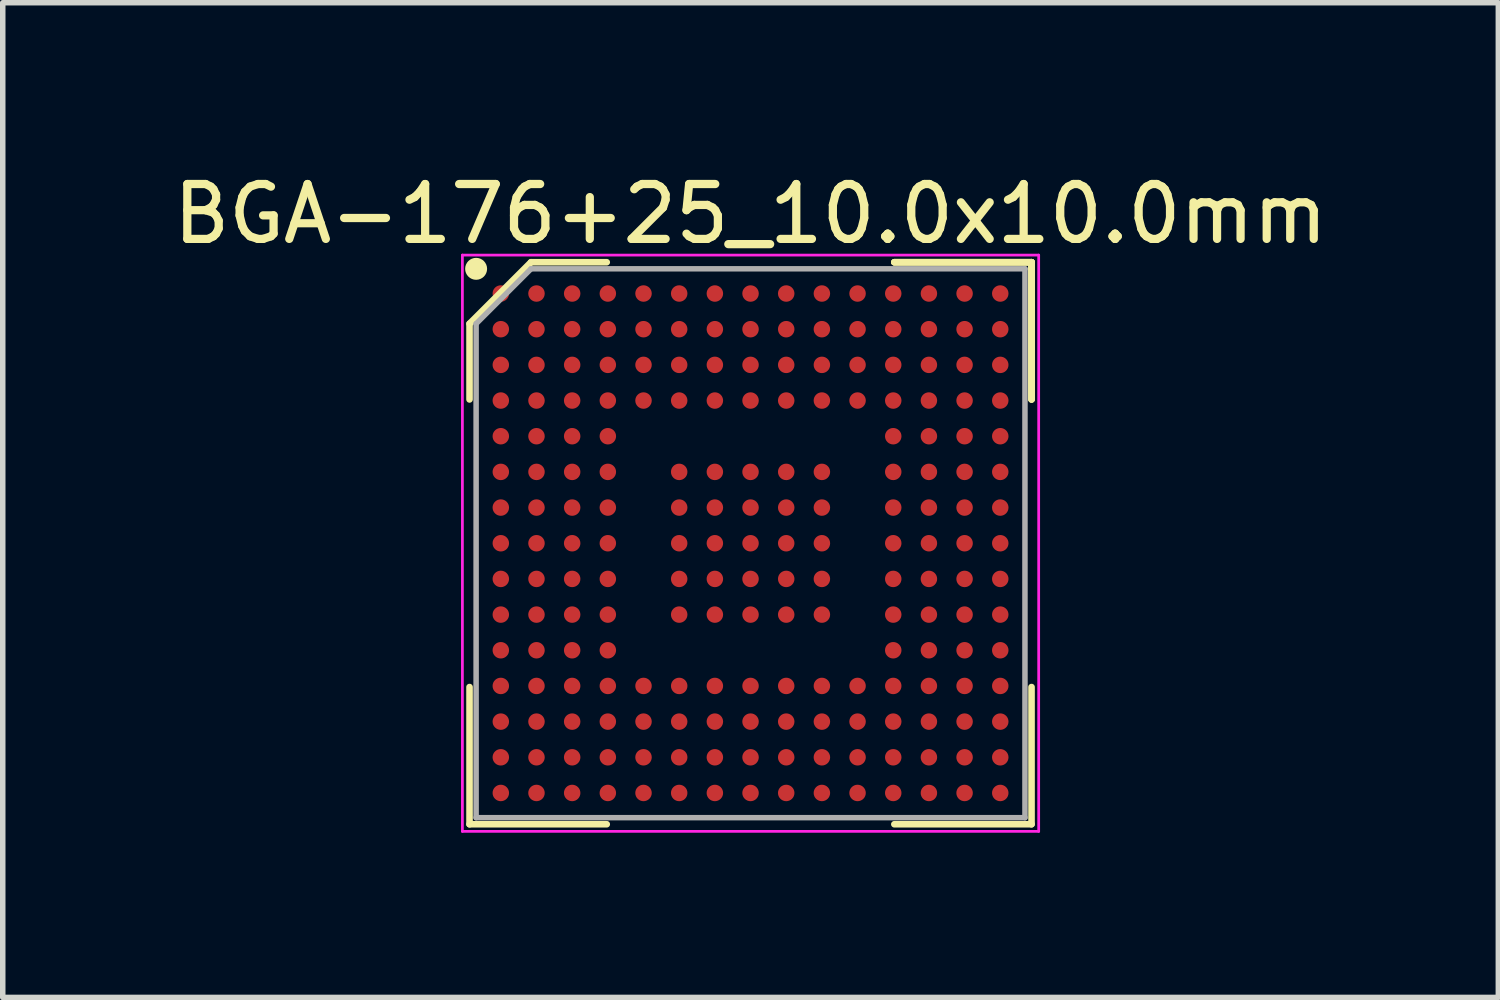
<source format=kicad_pcb>
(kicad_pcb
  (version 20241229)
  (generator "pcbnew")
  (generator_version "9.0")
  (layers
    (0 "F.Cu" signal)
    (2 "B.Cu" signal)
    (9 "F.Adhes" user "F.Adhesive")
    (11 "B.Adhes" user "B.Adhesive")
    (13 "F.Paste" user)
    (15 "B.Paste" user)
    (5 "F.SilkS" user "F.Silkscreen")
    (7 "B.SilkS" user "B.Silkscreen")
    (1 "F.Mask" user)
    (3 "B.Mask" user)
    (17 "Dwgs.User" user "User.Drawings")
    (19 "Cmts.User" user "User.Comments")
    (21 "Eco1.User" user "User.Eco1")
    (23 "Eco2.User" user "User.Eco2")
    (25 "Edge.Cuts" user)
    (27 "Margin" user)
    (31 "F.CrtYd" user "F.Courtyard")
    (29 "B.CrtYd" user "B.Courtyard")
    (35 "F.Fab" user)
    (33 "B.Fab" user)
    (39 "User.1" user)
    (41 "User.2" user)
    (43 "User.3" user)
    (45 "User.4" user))
  (footprint "BGA-176+25_10.0x10.0mm"
    (layer "F.Cu")
    (at 10.625 6.848)
    (property "Reference" "BGA-176+25_10.0x10.0mm" (at 0 -6 0) (layer "F.SilkS") (effects (font (size 1 1) (thickness 0.15))))
    (attr through_hole)
    (fp_line (start -5.12 -4) (end -5.12 -2.62) (stroke (width 0.12) (type solid)) (layer "F.SilkS"))
    (fp_line (start -5.12 5.12) (end -5.12 2.62) (stroke (width 0.12) (type solid)) (layer "F.SilkS"))
    (fp_line (start -4 -5.12) (end -5.12 -4) (stroke (width 0.12) (type solid)) (layer "F.SilkS"))
    (fp_line (start -2.62 -5.12) (end -4 -5.12) (stroke (width 0.12) (type solid)) (layer "F.SilkS"))
    (fp_line (start -2.62 5.12) (end -5.12 5.12) (stroke (width 0.12) (type solid)) (layer "F.SilkS"))
    (fp_line (start 2.62 -5.12) (end 5.12 -5.12) (stroke (width 0.12) (type solid)) (layer "F.SilkS"))
    (fp_line (start 2.62 -5.12) (end 5.12 -5.12) (stroke (width 0.12) (type solid)) (layer "F.SilkS"))
    (fp_line (start 2.62 -5.12) (end 5.12 -5.12) (stroke (width 0.12) (type solid)) (layer "F.SilkS"))
    (fp_line (start 2.62 5.12) (end 5.12 5.12) (stroke (width 0.12) (type solid)) (layer "F.SilkS"))
    (fp_line (start 5.12 -5.12) (end 5.12 -2.62) (stroke (width 0.12) (type solid)) (layer "F.SilkS"))
    (fp_line (start 5.12 -5.12) (end 5.12 -2.62) (stroke (width 0.12) (type solid)) (layer "F.SilkS"))
    (fp_line (start 5.12 -5.12) (end 5.12 -2.62) (stroke (width 0.12) (type solid)) (layer "F.SilkS"))
    (fp_line (start 5.12 5.12) (end 5.12 2.62) (stroke (width 0.12) (type solid)) (layer "F.SilkS"))
    (fp_circle (center -5 -5) (end -5 -4.9) (stroke (width 0.2) (type solid)) (fill no) (layer "F.SilkS"))
    (fp_line (start -5.25 -5.25) (end 5.25 -5.25) (stroke (width 0.05) (type solid)) (layer "F.CrtYd"))
    (fp_line (start -5.25 5.25) (end -5.25 -5.25) (stroke (width 0.05) (type solid)) (layer "F.CrtYd"))
    (fp_line (start 5.25 -5.25) (end 5.25 5.25) (stroke (width 0.05) (type solid)) (layer "F.CrtYd"))
    (fp_line (start 5.25 5.25) (end -5.25 5.25) (stroke (width 0.05) (type solid)) (layer "F.CrtYd"))
    (fp_line (start -5 -4) (end -5 5) (stroke (width 0.1) (type solid)) (layer "F.Fab"))
    (fp_line (start -5 5) (end 5 5) (stroke (width 0.1) (type solid)) (layer "F.Fab"))
    (fp_line (start -4 -5) (end -5 -4) (stroke (width 0.1) (type solid)) (layer "F.Fab"))
    (fp_line (start 5 -5) (end -4 -5) (stroke (width 0.1) (type solid)) (layer "F.Fab"))
    (fp_line (start 5 5) (end 5 -5) (stroke (width 0.1) (type solid)) (layer "F.Fab"))
    (pad "A1" smd circle (at -4.55 -4.55) (size 0.3 0.3) (layers "F.Cu" "F.Mask" "F.Paste"))
    (pad "A2" smd circle (at -3.9 -4.55) (size 0.3 0.3) (layers "F.Cu" "F.Mask" "F.Paste"))
    (pad "A3" smd circle (at -3.25 -4.55) (size 0.3 0.3) (layers "F.Cu" "F.Mask" "F.Paste"))
    (pad "A4" smd circle (at -2.6 -4.55) (size 0.3 0.3) (layers "F.Cu" "F.Mask" "F.Paste"))
    (pad "A5" smd circle (at -1.95 -4.55) (size 0.3 0.3) (layers "F.Cu" "F.Mask" "F.Paste"))
    (pad "A6" smd circle (at -1.3 -4.55) (size 0.3 0.3) (layers "F.Cu" "F.Mask" "F.Paste"))
    (pad "A7" smd circle (at -0.65 -4.55) (size 0.3 0.3) (layers "F.Cu" "F.Mask" "F.Paste"))
    (pad "A8" smd circle (at 0 -4.55) (size 0.3 0.3) (layers "F.Cu" "F.Mask" "F.Paste"))
    (pad "A9" smd circle (at 0.65 -4.55) (size 0.3 0.3) (layers "F.Cu" "F.Mask" "F.Paste"))
    (pad "A10" smd circle (at 1.3 -4.55) (size 0.3 0.3) (layers "F.Cu" "F.Mask" "F.Paste"))
    (pad "A11" smd circle (at 1.95 -4.55) (size 0.3 0.3) (layers "F.Cu" "F.Mask" "F.Paste"))
    (pad "A12" smd circle (at 2.6 -4.55) (size 0.3 0.3) (layers "F.Cu" "F.Mask" "F.Paste"))
    (pad "A13" smd circle (at 3.25 -4.55) (size 0.3 0.3) (layers "F.Cu" "F.Mask" "F.Paste"))
    (pad "A14" smd circle (at 3.9 -4.55) (size 0.3 0.3) (layers "F.Cu" "F.Mask" "F.Paste"))
    (pad "A15" smd circle (at 4.55 -4.55) (size 0.3 0.3) (layers "F.Cu" "F.Mask" "F.Paste"))
    (pad "B1" smd circle (at -4.55 -3.9) (size 0.3 0.3) (layers "F.Cu" "F.Mask" "F.Paste"))
    (pad "B2" smd circle (at -3.9 -3.9) (size 0.3 0.3) (layers "F.Cu" "F.Mask" "F.Paste"))
    (pad "B3" smd circle (at -3.25 -3.9) (size 0.3 0.3) (layers "F.Cu" "F.Mask" "F.Paste"))
    (pad "B4" smd circle (at -2.6 -3.9) (size 0.3 0.3) (layers "F.Cu" "F.Mask" "F.Paste"))
    (pad "B5" smd circle (at -1.95 -3.9) (size 0.3 0.3) (layers "F.Cu" "F.Mask" "F.Paste"))
    (pad "B6" smd circle (at -1.3 -3.9) (size 0.3 0.3) (layers "F.Cu" "F.Mask" "F.Paste"))
    (pad "B7" smd circle (at -0.65 -3.9) (size 0.3 0.3) (layers "F.Cu" "F.Mask" "F.Paste"))
    (pad "B8" smd circle (at 0 -3.9) (size 0.3 0.3) (layers "F.Cu" "F.Mask" "F.Paste"))
    (pad "B9" smd circle (at 0.65 -3.9) (size 0.3 0.3) (layers "F.Cu" "F.Mask" "F.Paste"))
    (pad "B10" smd circle (at 1.3 -3.9) (size 0.3 0.3) (layers "F.Cu" "F.Mask" "F.Paste"))
    (pad "B11" smd circle (at 1.95 -3.9) (size 0.3 0.3) (layers "F.Cu" "F.Mask" "F.Paste"))
    (pad "B12" smd circle (at 2.6 -3.9) (size 0.3 0.3) (layers "F.Cu" "F.Mask" "F.Paste"))
    (pad "B13" smd circle (at 3.25 -3.9) (size 0.3 0.3) (layers "F.Cu" "F.Mask" "F.Paste"))
    (pad "B14" smd circle (at 3.9 -3.9) (size 0.3 0.3) (layers "F.Cu" "F.Mask" "F.Paste"))
    (pad "B15" smd circle (at 4.55 -3.9) (size 0.3 0.3) (layers "F.Cu" "F.Mask" "F.Paste"))
    (pad "C1" smd circle (at -4.55 -3.25) (size 0.3 0.3) (layers "F.Cu" "F.Mask" "F.Paste"))
    (pad "C2" smd circle (at -3.9 -3.25) (size 0.3 0.3) (layers "F.Cu" "F.Mask" "F.Paste"))
    (pad "C3" smd circle (at -3.25 -3.25) (size 0.3 0.3) (layers "F.Cu" "F.Mask" "F.Paste"))
    (pad "C4" smd circle (at -2.6 -3.25) (size 0.3 0.3) (layers "F.Cu" "F.Mask" "F.Paste"))
    (pad "C5" smd circle (at -1.95 -3.25) (size 0.3 0.3) (layers "F.Cu" "F.Mask" "F.Paste"))
    (pad "C6" smd circle (at -1.3 -3.25) (size 0.3 0.3) (layers "F.Cu" "F.Mask" "F.Paste"))
    (pad "C7" smd circle (at -0.65 -3.25) (size 0.3 0.3) (layers "F.Cu" "F.Mask" "F.Paste"))
    (pad "C8" smd circle (at 0 -3.25) (size 0.3 0.3) (layers "F.Cu" "F.Mask" "F.Paste"))
    (pad "C9" smd circle (at 0.65 -3.25) (size 0.3 0.3) (layers "F.Cu" "F.Mask" "F.Paste"))
    (pad "C10" smd circle (at 1.3 -3.25) (size 0.3 0.3) (layers "F.Cu" "F.Mask" "F.Paste"))
    (pad "C11" smd circle (at 1.95 -3.25) (size 0.3 0.3) (layers "F.Cu" "F.Mask" "F.Paste"))
    (pad "C12" smd circle (at 2.6 -3.25) (size 0.3 0.3) (layers "F.Cu" "F.Mask" "F.Paste"))
    (pad "C13" smd circle (at 3.25 -3.25) (size 0.3 0.3) (layers "F.Cu" "F.Mask" "F.Paste"))
    (pad "C14" smd circle (at 3.9 -3.25) (size 0.3 0.3) (layers "F.Cu" "F.Mask" "F.Paste"))
    (pad "C15" smd circle (at 4.55 -3.25) (size 0.3 0.3) (layers "F.Cu" "F.Mask" "F.Paste"))
    (pad "D1" smd circle (at -4.55 -2.6) (size 0.3 0.3) (layers "F.Cu" "F.Mask" "F.Paste"))
    (pad "D2" smd circle (at -3.9 -2.6) (size 0.3 0.3) (layers "F.Cu" "F.Mask" "F.Paste"))
    (pad "D3" smd circle (at -3.25 -2.6) (size 0.3 0.3) (layers "F.Cu" "F.Mask" "F.Paste"))
    (pad "D4" smd circle (at -2.6 -2.6) (size 0.3 0.3) (layers "F.Cu" "F.Mask" "F.Paste"))
    (pad "D5" smd circle (at -1.95 -2.6) (size 0.3 0.3) (layers "F.Cu" "F.Mask" "F.Paste"))
    (pad "D6" smd circle (at -1.3 -2.6) (size 0.3 0.3) (layers "F.Cu" "F.Mask" "F.Paste"))
    (pad "D7" smd circle (at -0.65 -2.6) (size 0.3 0.3) (layers "F.Cu" "F.Mask" "F.Paste"))
    (pad "D8" smd circle (at 0 -2.6) (size 0.3 0.3) (layers "F.Cu" "F.Mask" "F.Paste"))
    (pad "D9" smd circle (at 0.65 -2.6) (size 0.3 0.3) (layers "F.Cu" "F.Mask" "F.Paste"))
    (pad "D10" smd circle (at 1.3 -2.6) (size 0.3 0.3) (layers "F.Cu" "F.Mask" "F.Paste"))
    (pad "D11" smd circle (at 1.95 -2.6) (size 0.3 0.3) (layers "F.Cu" "F.Mask" "F.Paste"))
    (pad "D12" smd circle (at 2.6 -2.6) (size 0.3 0.3) (layers "F.Cu" "F.Mask" "F.Paste"))
    (pad "D13" smd circle (at 3.25 -2.6) (size 0.3 0.3) (layers "F.Cu" "F.Mask" "F.Paste"))
    (pad "D14" smd circle (at 3.9 -2.6) (size 0.3 0.3) (layers "F.Cu" "F.Mask" "F.Paste"))
    (pad "D15" smd circle (at 4.55 -2.6) (size 0.3 0.3) (layers "F.Cu" "F.Mask" "F.Paste"))
    (pad "E1" smd circle (at -4.55 -1.95) (size 0.3 0.3) (layers "F.Cu" "F.Mask" "F.Paste"))
    (pad "E2" smd circle (at -3.9 -1.95) (size 0.3 0.3) (layers "F.Cu" "F.Mask" "F.Paste"))
    (pad "E3" smd circle (at -3.25 -1.95) (size 0.3 0.3) (layers "F.Cu" "F.Mask" "F.Paste"))
    (pad "E4" smd circle (at -2.6 -1.95) (size 0.3 0.3) (layers "F.Cu" "F.Mask" "F.Paste"))
    (pad "E12" smd circle (at 2.6 -1.95) (size 0.3 0.3) (layers "F.Cu" "F.Mask" "F.Paste"))
    (pad "E13" smd circle (at 3.25 -1.95) (size 0.3 0.3) (layers "F.Cu" "F.Mask" "F.Paste"))
    (pad "E14" smd circle (at 3.9 -1.95) (size 0.3 0.3) (layers "F.Cu" "F.Mask" "F.Paste"))
    (pad "E15" smd circle (at 4.55 -1.95) (size 0.3 0.3) (layers "F.Cu" "F.Mask" "F.Paste"))
    (pad "F1" smd circle (at -4.55 -1.3) (size 0.3 0.3) (layers "F.Cu" "F.Mask" "F.Paste"))
    (pad "F2" smd circle (at -3.9 -1.3) (size 0.3 0.3) (layers "F.Cu" "F.Mask" "F.Paste"))
    (pad "F3" smd circle (at -3.25 -1.3) (size 0.3 0.3) (layers "F.Cu" "F.Mask" "F.Paste"))
    (pad "F4" smd circle (at -2.6 -1.3) (size 0.3 0.3) (layers "F.Cu" "F.Mask" "F.Paste"))
    (pad "F6" smd circle (at -1.3 -1.3) (size 0.3 0.3) (layers "F.Cu" "F.Mask" "F.Paste"))
    (pad "F7" smd circle (at -0.65 -1.3) (size 0.3 0.3) (layers "F.Cu" "F.Mask" "F.Paste"))
    (pad "F8" smd circle (at 0 -1.3) (size 0.3 0.3) (layers "F.Cu" "F.Mask" "F.Paste"))
    (pad "F9" smd circle (at 0.65 -1.3) (size 0.3 0.3) (layers "F.Cu" "F.Mask" "F.Paste"))
    (pad "F10" smd circle (at 1.3 -1.3) (size 0.3 0.3) (layers "F.Cu" "F.Mask" "F.Paste"))
    (pad "F12" smd circle (at 2.6 -1.3) (size 0.3 0.3) (layers "F.Cu" "F.Mask" "F.Paste"))
    (pad "F13" smd circle (at 3.25 -1.3) (size 0.3 0.3) (layers "F.Cu" "F.Mask" "F.Paste"))
    (pad "F14" smd circle (at 3.9 -1.3) (size 0.3 0.3) (layers "F.Cu" "F.Mask" "F.Paste"))
    (pad "F15" smd circle (at 4.55 -1.3) (size 0.3 0.3) (layers "F.Cu" "F.Mask" "F.Paste"))
    (pad "G1" smd circle (at -4.55 -0.65) (size 0.3 0.3) (layers "F.Cu" "F.Mask" "F.Paste"))
    (pad "G2" smd circle (at -3.9 -0.65) (size 0.3 0.3) (layers "F.Cu" "F.Mask" "F.Paste"))
    (pad "G3" smd circle (at -3.25 -0.65) (size 0.3 0.3) (layers "F.Cu" "F.Mask" "F.Paste"))
    (pad "G4" smd circle (at -2.6 -0.65) (size 0.3 0.3) (layers "F.Cu" "F.Mask" "F.Paste"))
    (pad "G6" smd circle (at -1.3 -0.65) (size 0.3 0.3) (layers "F.Cu" "F.Mask" "F.Paste"))
    (pad "G7" smd circle (at -0.65 -0.65) (size 0.3 0.3) (layers "F.Cu" "F.Mask" "F.Paste"))
    (pad "G8" smd circle (at 0 -0.65) (size 0.3 0.3) (layers "F.Cu" "F.Mask" "F.Paste"))
    (pad "G9" smd circle (at 0.65 -0.65) (size 0.3 0.3) (layers "F.Cu" "F.Mask" "F.Paste"))
    (pad "G10" smd circle (at 1.3 -0.65) (size 0.3 0.3) (layers "F.Cu" "F.Mask" "F.Paste"))
    (pad "G12" smd circle (at 2.6 -0.65) (size 0.3 0.3) (layers "F.Cu" "F.Mask" "F.Paste"))
    (pad "G13" smd circle (at 3.25 -0.65) (size 0.3 0.3) (layers "F.Cu" "F.Mask" "F.Paste"))
    (pad "G14" smd circle (at 3.9 -0.65) (size 0.3 0.3) (layers "F.Cu" "F.Mask" "F.Paste"))
    (pad "G15" smd circle (at 4.55 -0.65) (size 0.3 0.3) (layers "F.Cu" "F.Mask" "F.Paste"))
    (pad "H1" smd circle (at -4.55 0) (size 0.3 0.3) (layers "F.Cu" "F.Mask" "F.Paste"))
    (pad "H2" smd circle (at -3.9 0) (size 0.3 0.3) (layers "F.Cu" "F.Mask" "F.Paste"))
    (pad "H3" smd circle (at -3.25 0) (size 0.3 0.3) (layers "F.Cu" "F.Mask" "F.Paste"))
    (pad "H4" smd circle (at -2.6 0) (size 0.3 0.3) (layers "F.Cu" "F.Mask" "F.Paste"))
    (pad "H6" smd circle (at -1.3 0) (size 0.3 0.3) (layers "F.Cu" "F.Mask" "F.Paste"))
    (pad "H7" smd circle (at -0.65 0) (size 0.3 0.3) (layers "F.Cu" "F.Mask" "F.Paste"))
    (pad "H8" smd circle (at 0 0) (size 0.3 0.3) (layers "F.Cu" "F.Mask" "F.Paste"))
    (pad "H9" smd circle (at 0.65 0) (size 0.3 0.3) (layers "F.Cu" "F.Mask" "F.Paste"))
    (pad "H10" smd circle (at 1.3 0) (size 0.3 0.3) (layers "F.Cu" "F.Mask" "F.Paste"))
    (pad "H12" smd circle (at 2.6 0) (size 0.3 0.3) (layers "F.Cu" "F.Mask" "F.Paste"))
    (pad "H13" smd circle (at 3.25 0) (size 0.3 0.3) (layers "F.Cu" "F.Mask" "F.Paste"))
    (pad "H14" smd circle (at 3.9 0) (size 0.3 0.3) (layers "F.Cu" "F.Mask" "F.Paste"))
    (pad "H15" smd circle (at 4.55 0) (size 0.3 0.3) (layers "F.Cu" "F.Mask" "F.Paste"))
    (pad "J1" smd circle (at -4.55 0.65) (size 0.3 0.3) (layers "F.Cu" "F.Mask" "F.Paste"))
    (pad "J2" smd circle (at -3.9 0.65) (size 0.3 0.3) (layers "F.Cu" "F.Mask" "F.Paste"))
    (pad "J3" smd circle (at -3.25 0.65) (size 0.3 0.3) (layers "F.Cu" "F.Mask" "F.Paste"))
    (pad "J4" smd circle (at -2.6 0.65) (size 0.3 0.3) (layers "F.Cu" "F.Mask" "F.Paste"))
    (pad "J6" smd circle (at -1.3 0.65) (size 0.3 0.3) (layers "F.Cu" "F.Mask" "F.Paste"))
    (pad "J7" smd circle (at -0.65 0.65) (size 0.3 0.3) (layers "F.Cu" "F.Mask" "F.Paste"))
    (pad "J8" smd circle (at 0 0.65) (size 0.3 0.3) (layers "F.Cu" "F.Mask" "F.Paste"))
    (pad "J9" smd circle (at 0.65 0.65) (size 0.3 0.3) (layers "F.Cu" "F.Mask" "F.Paste"))
    (pad "J10" smd circle (at 1.3 0.65) (size 0.3 0.3) (layers "F.Cu" "F.Mask" "F.Paste"))
    (pad "J12" smd circle (at 2.6 0.65) (size 0.3 0.3) (layers "F.Cu" "F.Mask" "F.Paste"))
    (pad "J13" smd circle (at 3.25 0.65) (size 0.3 0.3) (layers "F.Cu" "F.Mask" "F.Paste"))
    (pad "J14" smd circle (at 3.9 0.65) (size 0.3 0.3) (layers "F.Cu" "F.Mask" "F.Paste"))
    (pad "J15" smd circle (at 4.55 0.65) (size 0.3 0.3) (layers "F.Cu" "F.Mask" "F.Paste"))
    (pad "K1" smd circle (at -4.55 1.3) (size 0.3 0.3) (layers "F.Cu" "F.Mask" "F.Paste"))
    (pad "K2" smd circle (at -3.9 1.3) (size 0.3 0.3) (layers "F.Cu" "F.Mask" "F.Paste"))
    (pad "K3" smd circle (at -3.25 1.3) (size 0.3 0.3) (layers "F.Cu" "F.Mask" "F.Paste"))
    (pad "K4" smd circle (at -2.6 1.3) (size 0.3 0.3) (layers "F.Cu" "F.Mask" "F.Paste"))
    (pad "K6" smd circle (at -1.3 1.3) (size 0.3 0.3) (layers "F.Cu" "F.Mask" "F.Paste"))
    (pad "K7" smd circle (at -0.65 1.3) (size 0.3 0.3) (layers "F.Cu" "F.Mask" "F.Paste"))
    (pad "K8" smd circle (at 0 1.3) (size 0.3 0.3) (layers "F.Cu" "F.Mask" "F.Paste"))
    (pad "K9" smd circle (at 0.65 1.3) (size 0.3 0.3) (layers "F.Cu" "F.Mask" "F.Paste"))
    (pad "K10" smd circle (at 1.3 1.3) (size 0.3 0.3) (layers "F.Cu" "F.Mask" "F.Paste"))
    (pad "K12" smd circle (at 2.6 1.3) (size 0.3 0.3) (layers "F.Cu" "F.Mask" "F.Paste"))
    (pad "K13" smd circle (at 3.25 1.3) (size 0.3 0.3) (layers "F.Cu" "F.Mask" "F.Paste"))
    (pad "K14" smd circle (at 3.9 1.3) (size 0.3 0.3) (layers "F.Cu" "F.Mask" "F.Paste"))
    (pad "K15" smd circle (at 4.55 1.3) (size 0.3 0.3) (layers "F.Cu" "F.Mask" "F.Paste"))
    (pad "L1" smd circle (at -4.55 1.95) (size 0.3 0.3) (layers "F.Cu" "F.Mask" "F.Paste"))
    (pad "L2" smd circle (at -3.9 1.95) (size 0.3 0.3) (layers "F.Cu" "F.Mask" "F.Paste"))
    (pad "L3" smd circle (at -3.25 1.95) (size 0.3 0.3) (layers "F.Cu" "F.Mask" "F.Paste"))
    (pad "L4" smd circle (at -2.6 1.95) (size 0.3 0.3) (layers "F.Cu" "F.Mask" "F.Paste"))
    (pad "L12" smd circle (at 2.6 1.95) (size 0.3 0.3) (layers "F.Cu" "F.Mask" "F.Paste"))
    (pad "L13" smd circle (at 3.25 1.95) (size 0.3 0.3) (layers "F.Cu" "F.Mask" "F.Paste"))
    (pad "L14" smd circle (at 3.9 1.95) (size 0.3 0.3) (layers "F.Cu" "F.Mask" "F.Paste"))
    (pad "L15" smd circle (at 4.55 1.95) (size 0.3 0.3) (layers "F.Cu" "F.Mask" "F.Paste"))
    (pad "M1" smd circle (at -4.55 2.6) (size 0.3 0.3) (layers "F.Cu" "F.Mask" "F.Paste"))
    (pad "M2" smd circle (at -3.9 2.6) (size 0.3 0.3) (layers "F.Cu" "F.Mask" "F.Paste"))
    (pad "M3" smd circle (at -3.25 2.6) (size 0.3 0.3) (layers "F.Cu" "F.Mask" "F.Paste"))
    (pad "M4" smd circle (at -2.6 2.6) (size 0.3 0.3) (layers "F.Cu" "F.Mask" "F.Paste"))
    (pad "M5" smd circle (at -1.95 2.6) (size 0.3 0.3) (layers "F.Cu" "F.Mask" "F.Paste"))
    (pad "M6" smd circle (at -1.3 2.6) (size 0.3 0.3) (layers "F.Cu" "F.Mask" "F.Paste"))
    (pad "M7" smd circle (at -0.65 2.6) (size 0.3 0.3) (layers "F.Cu" "F.Mask" "F.Paste"))
    (pad "M8" smd circle (at 0 2.6) (size 0.3 0.3) (layers "F.Cu" "F.Mask" "F.Paste"))
    (pad "M9" smd circle (at 0.65 2.6) (size 0.3 0.3) (layers "F.Cu" "F.Mask" "F.Paste"))
    (pad "M10" smd circle (at 1.3 2.6) (size 0.3 0.3) (layers "F.Cu" "F.Mask" "F.Paste"))
    (pad "M11" smd circle (at 1.95 2.6) (size 0.3 0.3) (layers "F.Cu" "F.Mask" "F.Paste"))
    (pad "M12" smd circle (at 2.6 2.6) (size 0.3 0.3) (layers "F.Cu" "F.Mask" "F.Paste"))
    (pad "M13" smd circle (at 3.25 2.6) (size 0.3 0.3) (layers "F.Cu" "F.Mask" "F.Paste"))
    (pad "M14" smd circle (at 3.9 2.6) (size 0.3 0.3) (layers "F.Cu" "F.Mask" "F.Paste"))
    (pad "M15" smd circle (at 4.55 2.6) (size 0.3 0.3) (layers "F.Cu" "F.Mask" "F.Paste"))
    (pad "N1" smd circle (at -4.55 3.25) (size 0.3 0.3) (layers "F.Cu" "F.Mask" "F.Paste"))
    (pad "N2" smd circle (at -3.9 3.25) (size 0.3 0.3) (layers "F.Cu" "F.Mask" "F.Paste"))
    (pad "N3" smd circle (at -3.25 3.25) (size 0.3 0.3) (layers "F.Cu" "F.Mask" "F.Paste"))
    (pad "N4" smd circle (at -2.6 3.25) (size 0.3 0.3) (layers "F.Cu" "F.Mask" "F.Paste"))
    (pad "N5" smd circle (at -1.95 3.25) (size 0.3 0.3) (layers "F.Cu" "F.Mask" "F.Paste"))
    (pad "N6" smd circle (at -1.3 3.25) (size 0.3 0.3) (layers "F.Cu" "F.Mask" "F.Paste"))
    (pad "N7" smd circle (at -0.65 3.25) (size 0.3 0.3) (layers "F.Cu" "F.Mask" "F.Paste"))
    (pad "N8" smd circle (at 0 3.25) (size 0.3 0.3) (layers "F.Cu" "F.Mask" "F.Paste"))
    (pad "N9" smd circle (at 0.65 3.25) (size 0.3 0.3) (layers "F.Cu" "F.Mask" "F.Paste"))
    (pad "N10" smd circle (at 1.3 3.25) (size 0.3 0.3) (layers "F.Cu" "F.Mask" "F.Paste"))
    (pad "N11" smd circle (at 1.95 3.25) (size 0.3 0.3) (layers "F.Cu" "F.Mask" "F.Paste"))
    (pad "N12" smd circle (at 2.6 3.25) (size 0.3 0.3) (layers "F.Cu" "F.Mask" "F.Paste"))
    (pad "N13" smd circle (at 3.25 3.25) (size 0.3 0.3) (layers "F.Cu" "F.Mask" "F.Paste"))
    (pad "N14" smd circle (at 3.9 3.25) (size 0.3 0.3) (layers "F.Cu" "F.Mask" "F.Paste"))
    (pad "N15" smd circle (at 4.55 3.25) (size 0.3 0.3) (layers "F.Cu" "F.Mask" "F.Paste"))
    (pad "P1" smd circle (at -4.55 3.9) (size 0.3 0.3) (layers "F.Cu" "F.Mask" "F.Paste"))
    (pad "P2" smd circle (at -3.9 3.9) (size 0.3 0.3) (layers "F.Cu" "F.Mask" "F.Paste"))
    (pad "P3" smd circle (at -3.25 3.9) (size 0.3 0.3) (layers "F.Cu" "F.Mask" "F.Paste"))
    (pad "P4" smd circle (at -2.6 3.9) (size 0.3 0.3) (layers "F.Cu" "F.Mask" "F.Paste"))
    (pad "P5" smd circle (at -1.95 3.9) (size 0.3 0.3) (layers "F.Cu" "F.Mask" "F.Paste"))
    (pad "P6" smd circle (at -1.3 3.9) (size 0.3 0.3) (layers "F.Cu" "F.Mask" "F.Paste"))
    (pad "P7" smd circle (at -0.65 3.9) (size 0.3 0.3) (layers "F.Cu" "F.Mask" "F.Paste"))
    (pad "P8" smd circle (at 0 3.9) (size 0.3 0.3) (layers "F.Cu" "F.Mask" "F.Paste"))
    (pad "P9" smd circle (at 0.65 3.9) (size 0.3 0.3) (layers "F.Cu" "F.Mask" "F.Paste"))
    (pad "P10" smd circle (at 1.3 3.9) (size 0.3 0.3) (layers "F.Cu" "F.Mask" "F.Paste"))
    (pad "P11" smd circle (at 1.95 3.9) (size 0.3 0.3) (layers "F.Cu" "F.Mask" "F.Paste"))
    (pad "P12" smd circle (at 2.6 3.9) (size 0.3 0.3) (layers "F.Cu" "F.Mask" "F.Paste"))
    (pad "P13" smd circle (at 3.25 3.9) (size 0.3 0.3) (layers "F.Cu" "F.Mask" "F.Paste"))
    (pad "P14" smd circle (at 3.9 3.9) (size 0.3 0.3) (layers "F.Cu" "F.Mask" "F.Paste"))
    (pad "P15" smd circle (at 4.55 3.9) (size 0.3 0.3) (layers "F.Cu" "F.Mask" "F.Paste"))
    (pad "R1" smd circle (at -4.55 4.55) (size 0.3 0.3) (layers "F.Cu" "F.Mask" "F.Paste"))
    (pad "R2" smd circle (at -3.9 4.55) (size 0.3 0.3) (layers "F.Cu" "F.Mask" "F.Paste"))
    (pad "R3" smd circle (at -3.25 4.55) (size 0.3 0.3) (layers "F.Cu" "F.Mask" "F.Paste"))
    (pad "R4" smd circle (at -2.6 4.55) (size 0.3 0.3) (layers "F.Cu" "F.Mask" "F.Paste"))
    (pad "R5" smd circle (at -1.95 4.55) (size 0.3 0.3) (layers "F.Cu" "F.Mask" "F.Paste"))
    (pad "R6" smd circle (at -1.3 4.55) (size 0.3 0.3) (layers "F.Cu" "F.Mask" "F.Paste"))
    (pad "R7" smd circle (at -0.65 4.55) (size 0.3 0.3) (layers "F.Cu" "F.Mask" "F.Paste"))
    (pad "R8" smd circle (at 0 4.55) (size 0.3 0.3) (layers "F.Cu" "F.Mask" "F.Paste"))
    (pad "R9" smd circle (at 0.65 4.55) (size 0.3 0.3) (layers "F.Cu" "F.Mask" "F.Paste"))
    (pad "R10" smd circle (at 1.3 4.55) (size 0.3 0.3) (layers "F.Cu" "F.Mask" "F.Paste"))
    (pad "R11" smd circle (at 1.95 4.55) (size 0.3 0.3) (layers "F.Cu" "F.Mask" "F.Paste"))
    (pad "R12" smd circle (at 2.6 4.55) (size 0.3 0.3) (layers "F.Cu" "F.Mask" "F.Paste"))
    (pad "R13" smd circle (at 3.25 4.55) (size 0.3 0.3) (layers "F.Cu" "F.Mask" "F.Paste"))
    (pad "R14" smd circle (at 3.9 4.55) (size 0.3 0.3) (layers "F.Cu" "F.Mask" "F.Paste"))
    (pad "R15" smd circle (at 4.55 4.55) (size 0.3 0.3) (layers "F.Cu" "F.Mask" "F.Paste")))
  (gr_rect
    (start -3 -3)
    (end 24.25 15.123)
    (stroke (width 0.1) (type default))
    (fill no)
    (layer "Edge.Cuts")))
</source>
